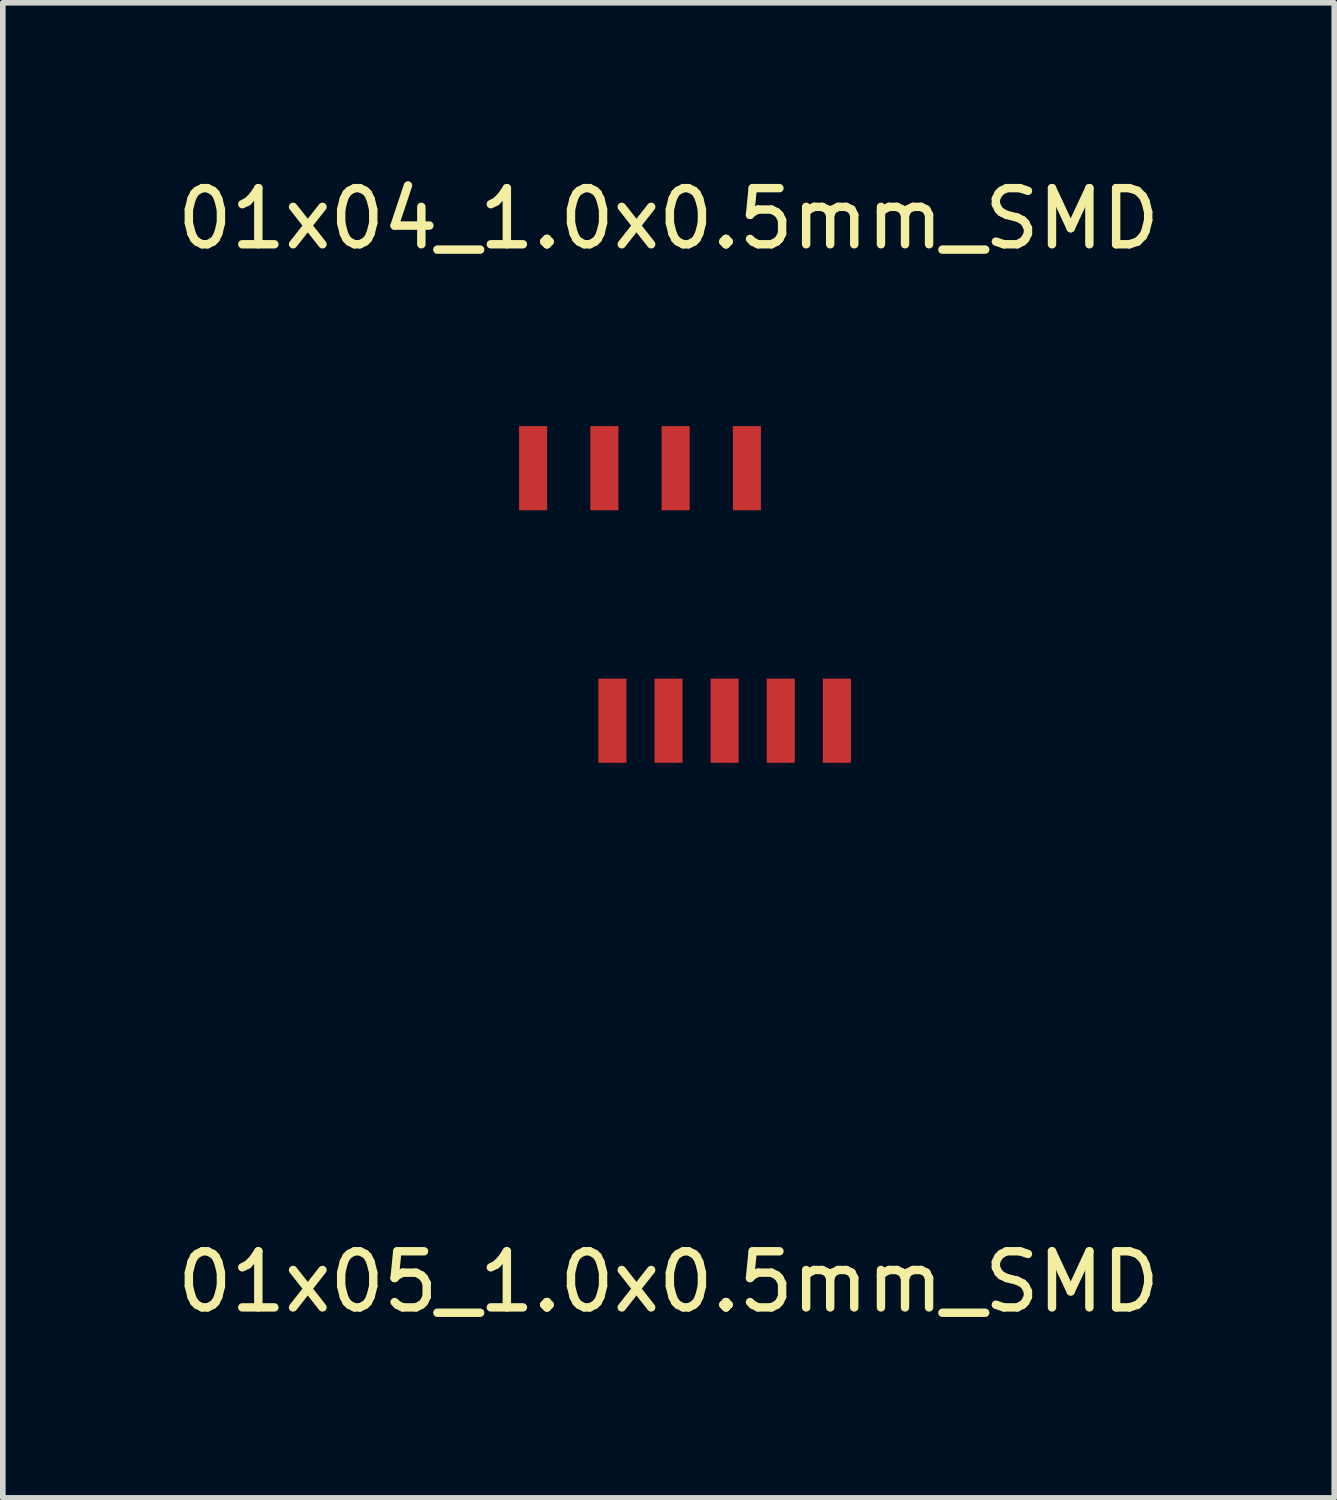
<source format=kicad_pcb>
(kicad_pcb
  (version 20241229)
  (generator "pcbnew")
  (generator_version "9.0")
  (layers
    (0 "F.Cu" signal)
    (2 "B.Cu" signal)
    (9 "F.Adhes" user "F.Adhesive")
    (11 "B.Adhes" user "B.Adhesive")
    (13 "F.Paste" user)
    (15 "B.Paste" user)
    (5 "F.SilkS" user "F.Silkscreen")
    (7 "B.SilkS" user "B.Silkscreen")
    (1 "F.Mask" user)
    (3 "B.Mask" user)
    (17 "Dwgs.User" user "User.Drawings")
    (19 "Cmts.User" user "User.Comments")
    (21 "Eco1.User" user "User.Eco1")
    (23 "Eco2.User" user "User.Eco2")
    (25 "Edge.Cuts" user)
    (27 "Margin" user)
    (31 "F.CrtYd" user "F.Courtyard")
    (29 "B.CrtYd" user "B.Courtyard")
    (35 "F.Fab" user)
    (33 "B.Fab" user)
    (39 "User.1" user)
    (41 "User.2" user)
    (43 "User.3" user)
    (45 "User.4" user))
  (footprint "01x04_1.0x0.5mm_SMD"
    (layer "F.Cu")
    (at 8.355 5.293)
    (property "Reference" "01x04_1.0x0.5mm_SMD" (at 0.508 -4.445 0) (layer "F.SilkS") (effects (font (size 1 1) (thickness 0.15))))
    (attr through_hole)
    (pad "1" smd rect (at -1.905 0) (size 0.5 1.5) (layers "F.Cu" "F.Mask" "F.Paste"))
    (pad "2" smd rect (at -0.635 0) (size 0.5 1.5) (layers "F.Cu" "F.Mask" "F.Paste"))
    (pad "3" smd rect (at 0.635 0) (size 0.5 1.5) (layers "F.Cu" "F.Mask" "F.Paste"))
    (pad "4" smd rect (at 1.905 0) (size 0.5 1.5) (layers "F.Cu" "F.Mask" "F.Paste")))
  (footprint "01x05_1.0x0.5mm_SMD"
    (layer "F.Cu")
    (at 9.863 10.793)
    (property "Reference" "01x05_1.0x0.5mm_SMD" (at -1 9 0) (layer "F.SilkS") (effects (font (size 1 1) (thickness 0.15))))
    (attr through_hole)
    (pad "1" smd rect (at -2 -1 90) (size 1.5 0.5) (layers "F.Cu" "F.Mask" "F.Paste"))
    (pad "2" smd rect (at -1 -1 90) (size 1.5 0.5) (layers "F.Cu" "F.Mask" "F.Paste"))
    (pad "3" smd rect (at 0 -1 90) (size 1.5 0.5) (layers "F.Cu" "F.Mask" "F.Paste"))
    (pad "4" smd rect (at 1 -1 90) (size 1.5 0.5) (layers "F.Cu" "F.Mask" "F.Paste"))
    (pad "5" smd rect (at 2 -1 90) (size 1.5 0.5) (layers "F.Cu" "F.Mask" "F.Paste")))
  (gr_rect
    (start -3 -3)
    (end 20.726 23.642)
    (stroke (width 0.1) (type default))
    (fill no)
    (layer "Edge.Cuts")))
</source>
